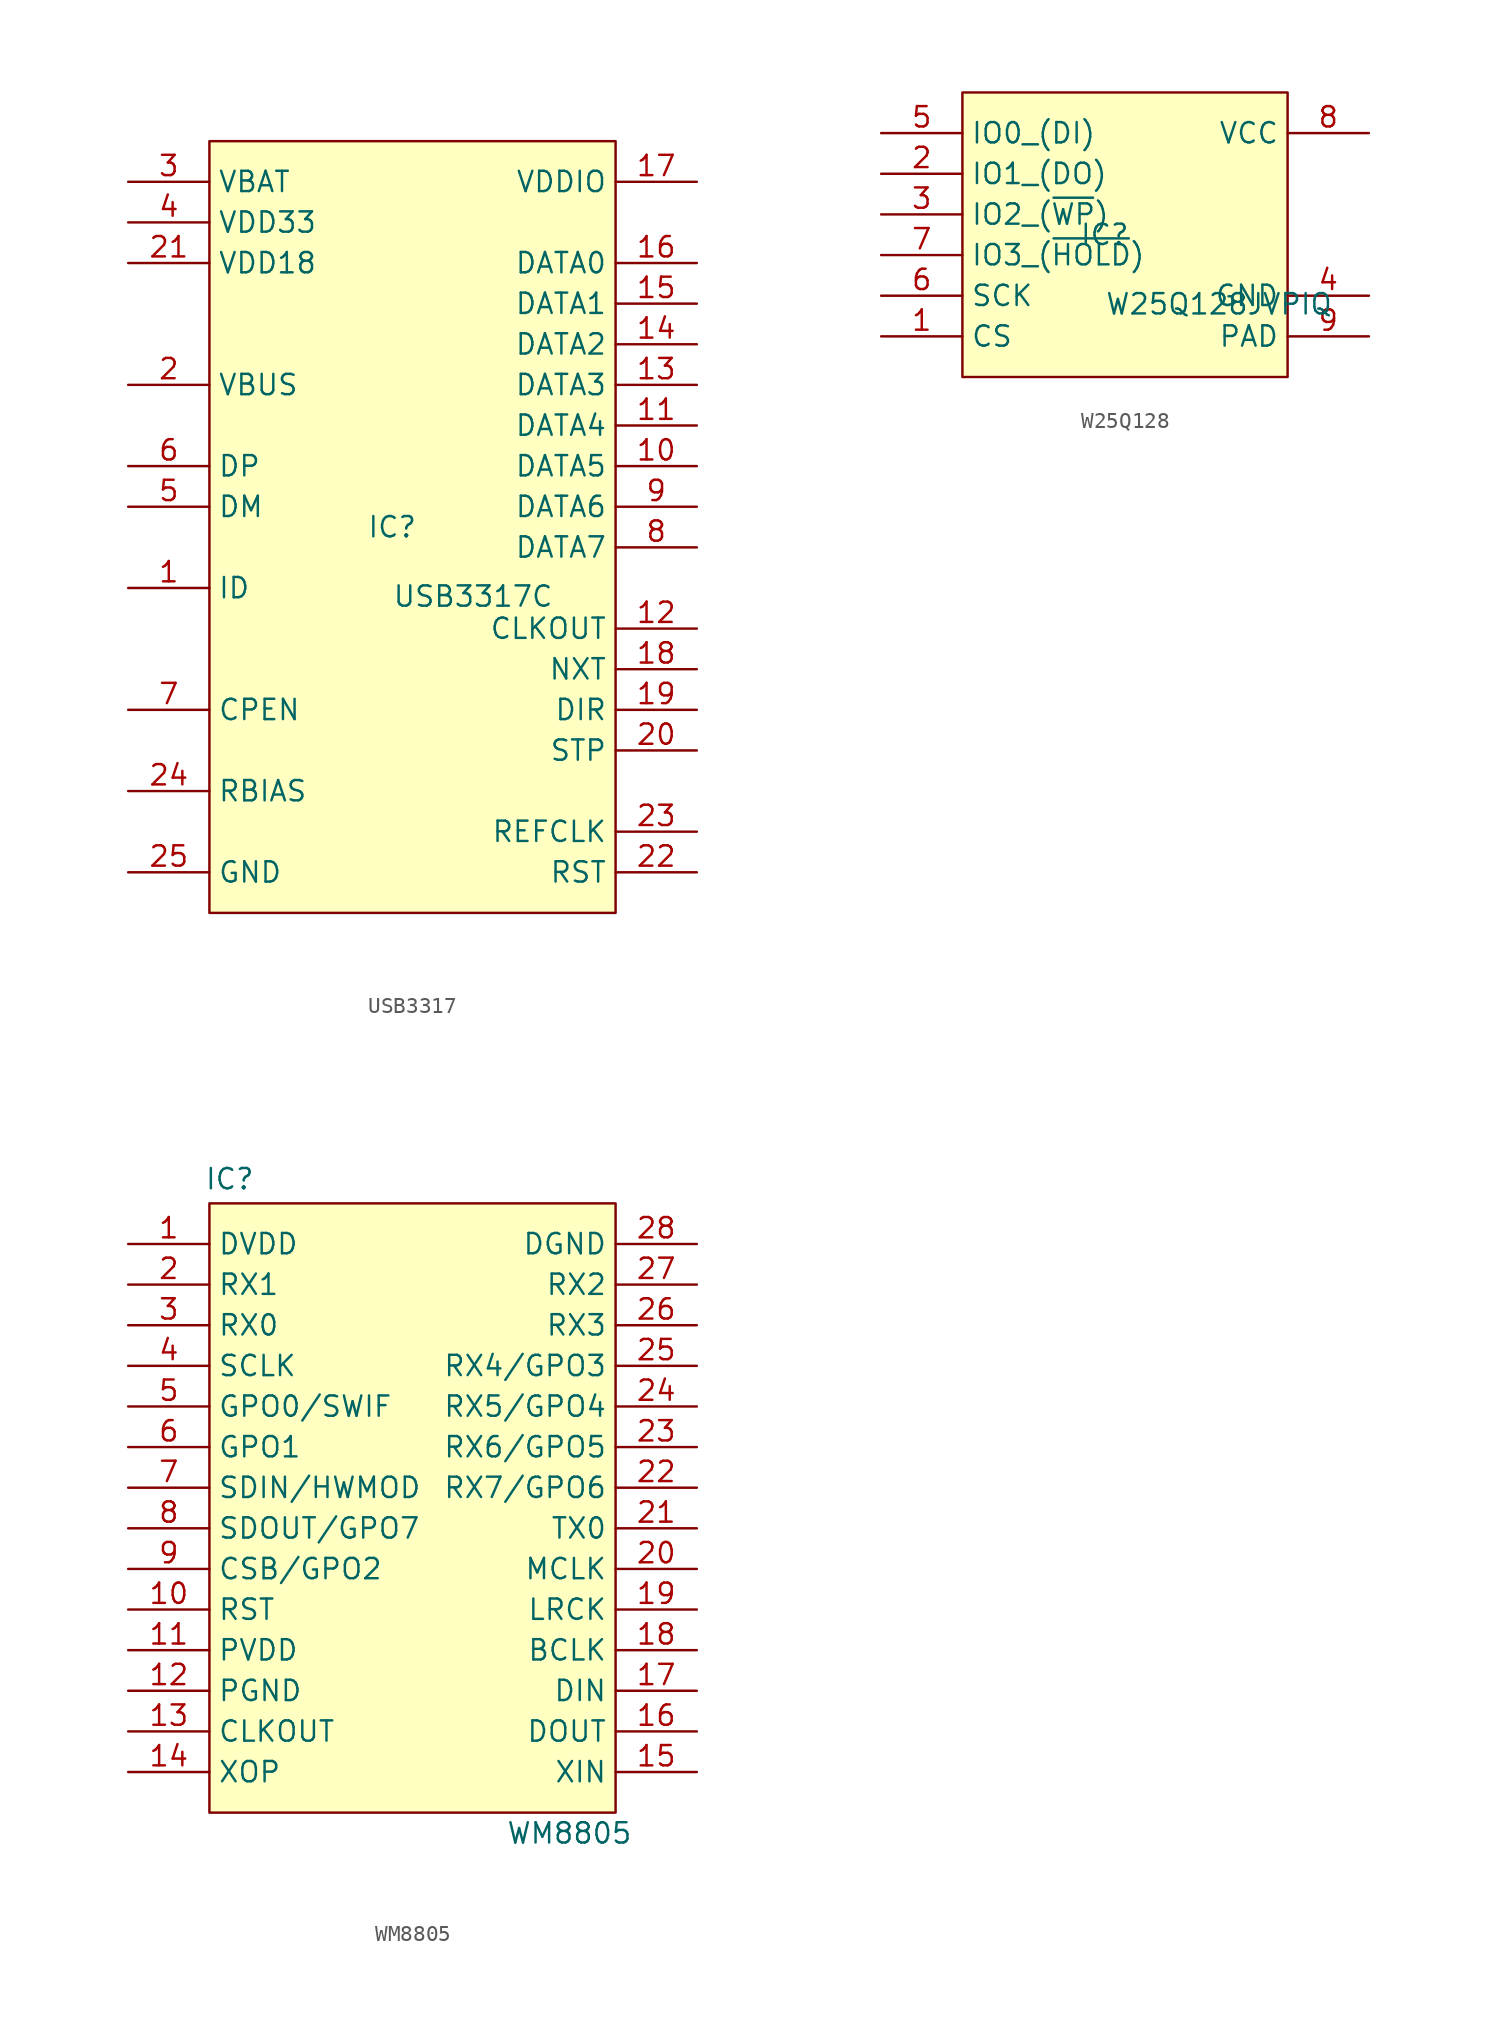
<source format=kicad_sym>
(kicad_symbol_lib
  (version 20231120)
  (generator "kicad_symbol_editor")
  (generator_version "8.0")
  (symbol "USB3317"
    (property "Reference" "IC"
      (at -1.27 1.27 0)
      (effects (font (size 1.27 1.27))))
    (property "Value" "USB3317C"
      (at -1.27 -3.81 0)
      (effects (font (size 1.27 1.27)) (justify left bottom)))
    (symbol "USB3317_1_0"
      (rectangle (start -12.7 25.4) (end 12.7 -22.86) (stroke (width 0) (type solid) (color 128 0 0 1)) (fill (type background)))
      (pin input line (at -17.78 -2.54 0) (length 5.08) (name "ID" (effects (font (size 1.27 1.27)))) (number "1" (effects (font (size 1.27 1.27)))))
      (pin bidirectional line (at 17.78 5.08 180) (length 5.08) (name "DATA5" (effects (font (size 1.27 1.27)))) (number "10" (effects (font (size 1.27 1.27)))))
      (pin bidirectional line (at 17.78 7.62 180) (length 5.08) (name "DATA4" (effects (font (size 1.27 1.27)))) (number "11" (effects (font (size 1.27 1.27)))))
      (pin output line (at 17.78 -5.08 180) (length 5.08) (name "CLKOUT" (effects (font (size 1.27 1.27)))) (number "12" (effects (font (size 1.27 1.27)))))
      (pin bidirectional line (at 17.78 10.16 180) (length 5.08) (name "DATA3" (effects (font (size 1.27 1.27)))) (number "13" (effects (font (size 1.27 1.27)))))
      (pin bidirectional line (at 17.78 12.7 180) (length 5.08) (name "DATA2" (effects (font (size 1.27 1.27)))) (number "14" (effects (font (size 1.27 1.27)))))
      (pin bidirectional line (at 17.78 15.24 180) (length 5.08) (name "DATA1" (effects (font (size 1.27 1.27)))) (number "15" (effects (font (size 1.27 1.27)))))
      (pin bidirectional line (at 17.78 17.78 180) (length 5.08) (name "DATA0" (effects (font (size 1.27 1.27)))) (number "16" (effects (font (size 1.27 1.27)))))
      (pin passive line (at 17.78 22.86 180) (length 5.08) (name "VDDIO" (effects (font (size 1.27 1.27)))) (number "17" (effects (font (size 1.27 1.27)))))
      (pin output line (at 17.78 -7.62 180) (length 5.08) (name "NXT" (effects (font (size 1.27 1.27)))) (number "18" (effects (font (size 1.27 1.27)))))
      (pin output line (at 17.78 -10.16 180) (length 5.08) (name "DIR" (effects (font (size 1.27 1.27)))) (number "19" (effects (font (size 1.27 1.27)))))
      (pin input line (at -17.78 10.16 0) (length 5.08) (name "VBUS" (effects (font (size 1.27 1.27)))) (number "2" (effects (font (size 1.27 1.27)))))
      (pin output line (at 17.78 -12.7 180) (length 5.08) (name "STP" (effects (font (size 1.27 1.27)))) (number "20" (effects (font (size 1.27 1.27)))))
      (pin passive line (at -17.78 17.78 0) (length 5.08) (name "VDD18" (effects (font (size 1.27 1.27)))) (number "21" (effects (font (size 1.27 1.27)))))
      (pin input line (at 17.78 -20.32 180) (length 5.08) (name "RST" (effects (font (size 1.27 1.27)))) (number "22" (effects (font (size 1.27 1.27)))))
      (pin input line (at 17.78 -17.78 180) (length 5.08) (name "REFCLK" (effects (font (size 1.27 1.27)))) (number "23" (effects (font (size 1.27 1.27)))))
      (pin passive line (at -17.78 -15.24 0) (length 5.08) (name "RBIAS" (effects (font (size 1.27 1.27)))) (number "24" (effects (font (size 1.27 1.27)))))
      (pin passive line (at -17.78 -20.32 0) (length 5.08) (name "GND" (effects (font (size 1.27 1.27)))) (number "25" (effects (font (size 1.27 1.27)))))
      (pin passive line (at -17.78 22.86 0) (length 5.08) (name "VBAT" (effects (font (size 1.27 1.27)))) (number "3" (effects (font (size 1.27 1.27)))))
      (pin passive line (at -17.78 20.32 0) (length 5.08) (name "VDD33" (effects (font (size 1.27 1.27)))) (number "4" (effects (font (size 1.27 1.27)))))
      (pin bidirectional line (at -17.78 2.54 0) (length 5.08) (name "DM" (effects (font (size 1.27 1.27)))) (number "5" (effects (font (size 1.27 1.27)))))
      (pin bidirectional line (at -17.78 5.08 0) (length 5.08) (name "DP" (effects (font (size 1.27 1.27)))) (number "6" (effects (font (size 1.27 1.27)))))
      (pin output line (at -17.78 -10.16 0) (length 5.08) (name "CPEN" (effects (font (size 1.27 1.27)))) (number "7" (effects (font (size 1.27 1.27)))))
      (pin bidirectional line (at 17.78 0 180) (length 5.08) (name "DATA7" (effects (font (size 1.27 1.27)))) (number "8" (effects (font (size 1.27 1.27)))))
      (pin bidirectional line (at 17.78 2.54 180) (length 5.08) (name "DATA6" (effects (font (size 1.27 1.27)))) (number "9" (effects (font (size 1.27 1.27)))))))
  (symbol "W25Q128"
    (property "Reference" "IC"
      (at -1.27 1.27 0)
      (effects (font (size 1.27 1.27))))
    (property "Value" "W25Q128JVPIQ"
      (at -1.27 -3.81 0)
      (effects (font (size 1.27 1.27)) (justify left bottom)))
    (symbol "W25Q128_1_0"
      (rectangle (start -10.16 10.16) (end 10.16 -7.62) (stroke (width 0) (type solid) (color 128 0 0 1)) (fill (type background)))
      (pin input line (at -15.24 -5.08 0) (length 5.08) (name "CS" (effects (font (size 1.27 1.27)))) (number "1" (effects (font (size 1.27 1.27)))))
      (pin bidirectional line (at -15.24 5.08 0) (length 5.08) (name "IO1_(DO)" (effects (font (size 1.27 1.27)))) (number "2" (effects (font (size 1.27 1.27)))))
      (pin bidirectional line (at -15.24 2.54 0) (length 5.08) (name "IO2_(~{WP})" (effects (font (size 1.27 1.27)))) (number "3" (effects (font (size 1.27 1.27)))))
      (pin passive line (at 15.24 -2.54 180) (length 5.08) (name "GND" (effects (font (size 1.27 1.27)))) (number "4" (effects (font (size 1.27 1.27)))))
      (pin bidirectional line (at -15.24 7.62 0) (length 5.08) (name "IO0_(DI)" (effects (font (size 1.27 1.27)))) (number "5" (effects (font (size 1.27 1.27)))))
      (pin input line (at -15.24 -2.54 0) (length 5.08) (name "SCK" (effects (font (size 1.27 1.27)))) (number "6" (effects (font (size 1.27 1.27)))))
      (pin bidirectional line (at -15.24 0 0) (length 5.08) (name "IO3_(~{HOLD})" (effects (font (size 1.27 1.27)))) (number "7" (effects (font (size 1.27 1.27)))))
      (pin power_in line (at 15.24 7.62 180) (length 5.08) (name "VCC" (effects (font (size 1.27 1.27)))) (number "8" (effects (font (size 1.27 1.27)))))
      (pin passive line (at 15.24 -5.08 180) (length 5.08) (name "PAD" (effects (font (size 1.27 1.27)))) (number "9" (effects (font (size 1.27 1.27)))))))
  (symbol "WM8805"
    (property "Reference" "IC"
      (at -13.97 19.304 0)
      (effects (font (size 1.27 1.27))))
    (property "Value" "WM8805"
      (at 3.302 -22.352 0)
      (effects (font (size 1.27 1.27)) (justify left bottom)))
    (symbol "WM8805_1_0"
      (rectangle (start -15.24 17.78) (end 10.16 -20.32) (stroke (width 0) (type solid) (color 128 0 0 1)) (fill (type background)))
      (pin power_in line (at -20.32 15.24 0) (length 5.08) (name "DVDD" (effects (font (size 1.27 1.27)))) (number "1" (effects (font (size 1.27 1.27)))))
      (pin input line (at -20.32 -7.62 0) (length 5.08) (name "RST" (effects (font (size 1.27 1.27)))) (number "10" (effects (font (size 1.27 1.27)))))
      (pin power_in line (at -20.32 -10.16 0) (length 5.08) (name "PVDD" (effects (font (size 1.27 1.27)))) (number "11" (effects (font (size 1.27 1.27)))))
      (pin power_in line (at -20.32 -12.7 0) (length 5.08) (name "PGND" (effects (font (size 1.27 1.27)))) (number "12" (effects (font (size 1.27 1.27)))))
      (pin output line (at -20.32 -15.24 0) (length 5.08) (name "CLKOUT" (effects (font (size 1.27 1.27)))) (number "13" (effects (font (size 1.27 1.27)))))
      (pin output line (at -20.32 -17.78 0) (length 5.08) (name "XOP" (effects (font (size 1.27 1.27)))) (number "14" (effects (font (size 1.27 1.27)))))
      (pin input line (at 15.24 -17.78 180) (length 5.08) (name "XIN" (effects (font (size 1.27 1.27)))) (number "15" (effects (font (size 1.27 1.27)))))
      (pin output line (at 15.24 -15.24 180) (length 5.08) (name "DOUT" (effects (font (size 1.27 1.27)))) (number "16" (effects (font (size 1.27 1.27)))))
      (pin input line (at 15.24 -12.7 180) (length 5.08) (name "DIN" (effects (font (size 1.27 1.27)))) (number "17" (effects (font (size 1.27 1.27)))))
      (pin bidirectional line (at 15.24 -10.16 180) (length 5.08) (name "BCLK" (effects (font (size 1.27 1.27)))) (number "18" (effects (font (size 1.27 1.27)))))
      (pin bidirectional line (at 15.24 -7.62 180) (length 5.08) (name "LRCK" (effects (font (size 1.27 1.27)))) (number "19" (effects (font (size 1.27 1.27)))))
      (pin input line (at -20.32 12.7 0) (length 5.08) (name "RX1" (effects (font (size 1.27 1.27)))) (number "2" (effects (font (size 1.27 1.27)))))
      (pin bidirectional line (at 15.24 -5.08 180) (length 5.08) (name "MCLK" (effects (font (size 1.27 1.27)))) (number "20" (effects (font (size 1.27 1.27)))))
      (pin output line (at 15.24 -2.54 180) (length 5.08) (name "TX0" (effects (font (size 1.27 1.27)))) (number "21" (effects (font (size 1.27 1.27)))))
      (pin bidirectional line (at 15.24 0 180) (length 5.08) (name "RX7/GPO6" (effects (font (size 1.27 1.27)))) (number "22" (effects (font (size 1.27 1.27)))))
      (pin bidirectional line (at 15.24 2.54 180) (length 5.08) (name "RX6/GPO5" (effects (font (size 1.27 1.27)))) (number "23" (effects (font (size 1.27 1.27)))))
      (pin bidirectional line (at 15.24 5.08 180) (length 5.08) (name "RX5/GPO4" (effects (font (size 1.27 1.27)))) (number "24" (effects (font (size 1.27 1.27)))))
      (pin bidirectional line (at 15.24 7.62 180) (length 5.08) (name "RX4/GPO3" (effects (font (size 1.27 1.27)))) (number "25" (effects (font (size 1.27 1.27)))))
      (pin input line (at 15.24 10.16 180) (length 5.08) (name "RX3" (effects (font (size 1.27 1.27)))) (number "26" (effects (font (size 1.27 1.27)))))
      (pin input line (at 15.24 12.7 180) (length 5.08) (name "RX2" (effects (font (size 1.27 1.27)))) (number "27" (effects (font (size 1.27 1.27)))))
      (pin power_in line (at 15.24 15.24 180) (length 5.08) (name "DGND" (effects (font (size 1.27 1.27)))) (number "28" (effects (font (size 1.27 1.27)))))
      (pin input line (at -20.32 10.16 0) (length 5.08) (name "RX0" (effects (font (size 1.27 1.27)))) (number "3" (effects (font (size 1.27 1.27)))))
      (pin input line (at -20.32 7.62 0) (length 5.08) (name "SCLK" (effects (font (size 1.27 1.27)))) (number "4" (effects (font (size 1.27 1.27)))))
      (pin bidirectional line (at -20.32 5.08 0) (length 5.08) (name "GPO0/SWIF" (effects (font (size 1.27 1.27)))) (number "5" (effects (font (size 1.27 1.27)))))
      (pin output line (at -20.32 2.54 0) (length 5.08) (name "GPO1" (effects (font (size 1.27 1.27)))) (number "6" (effects (font (size 1.27 1.27)))))
      (pin input line (at -20.32 0 0) (length 5.08) (name "SDIN/HWMOD" (effects (font (size 1.27 1.27)))) (number "7" (effects (font (size 1.27 1.27)))))
      (pin bidirectional line (at -20.32 -2.54 0) (length 5.08) (name "SDOUT/GPO7" (effects (font (size 1.27 1.27)))) (number "8" (effects (font (size 1.27 1.27)))))
      (pin bidirectional line (at -20.32 -5.08 0) (length 5.08) (name "CSB/GPO2" (effects (font (size 1.27 1.27)))) (number "9" (effects (font (size 1.27 1.27))))))))
</source>
